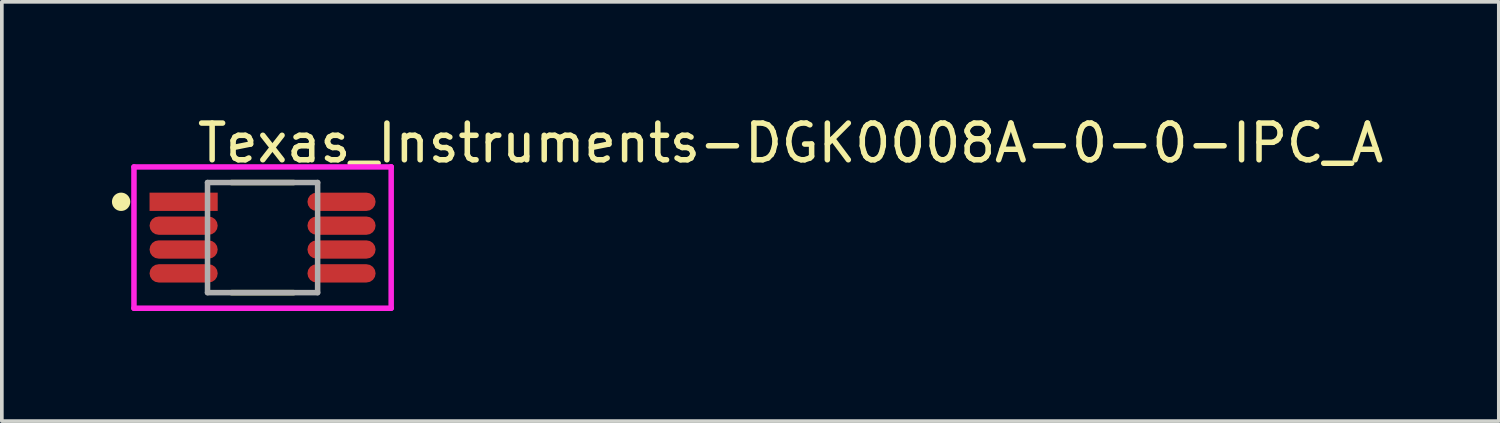
<source format=kicad_pcb>
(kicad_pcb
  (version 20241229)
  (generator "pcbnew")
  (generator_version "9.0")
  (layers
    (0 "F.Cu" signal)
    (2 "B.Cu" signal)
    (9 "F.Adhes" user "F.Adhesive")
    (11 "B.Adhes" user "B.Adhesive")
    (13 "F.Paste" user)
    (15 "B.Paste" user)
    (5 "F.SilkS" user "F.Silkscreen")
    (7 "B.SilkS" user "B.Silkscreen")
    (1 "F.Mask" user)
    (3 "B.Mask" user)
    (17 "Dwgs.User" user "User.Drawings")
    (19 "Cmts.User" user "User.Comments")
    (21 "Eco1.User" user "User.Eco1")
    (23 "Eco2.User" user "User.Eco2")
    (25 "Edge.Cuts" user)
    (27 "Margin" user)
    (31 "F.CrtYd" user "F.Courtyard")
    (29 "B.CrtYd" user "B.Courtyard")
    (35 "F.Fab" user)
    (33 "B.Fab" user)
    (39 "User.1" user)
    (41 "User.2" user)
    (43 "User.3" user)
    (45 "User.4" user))
  (footprint "Texas_Instruments-DGK0008A-0-0-IPC_A"
    (layer "F.Cu")
    (at 4.104 3.423)
    (property "Reference" "Texas_Instruments-DGK0008A-0-0-IPC_A" (at -1.854 -2.575 0) (layer "F.SilkS") (effects (font (size 1 1) (thickness 0.15)) (justify left)))
    (attr through_hole)
    (fp_line (start -0.848 -1.5) (end 0.848 -1.5) (stroke (width 0.15) (type solid)) (layer "F.SilkS"))
    (fp_line (start -0.848 1.5) (end 0.848 1.5) (stroke (width 0.15) (type solid)) (layer "F.SilkS"))
    (fp_circle (center -3.854 -0.975) (end -3.729 -0.975) (stroke (width 0.25) (type solid)) (fill no) (layer "F.SilkS"))
    (fp_line (start -3.504 -1.925) (end -3.504 1.925) (stroke (width 0.15) (type solid)) (layer "F.CrtYd"))
    (fp_line (start -3.504 1.925) (end 3.504 1.925) (stroke (width 0.15) (type solid)) (layer "F.CrtYd"))
    (fp_line (start 3.504 -1.925) (end -3.504 -1.925) (stroke (width 0.15) (type solid)) (layer "F.CrtYd"))
    (fp_line (start 3.504 -1.925) (end 3.504 -1.925) (stroke (width 0.15) (type solid)) (layer "F.CrtYd"))
    (fp_line (start 3.504 1.925) (end 3.504 -1.925) (stroke (width 0.15) (type solid)) (layer "F.CrtYd"))
    (fp_line (start -1.5 -1.5) (end 1.5 -1.5) (stroke (width 0.15) (type solid)) (layer "F.Fab"))
    (fp_line (start -1.5 1.5) (end -1.5 -1.5) (stroke (width 0.15) (type solid)) (layer "F.Fab"))
    (fp_line (start 1.5 -1.5) (end 1.5 1.5) (stroke (width 0.15) (type solid)) (layer "F.Fab"))
    (fp_line (start 1.5 1.5) (end -1.5 1.5) (stroke (width 0.15) (type solid)) (layer "F.Fab"))
    (pad "1" smd rect (at -2.151 -0.975) (size 1.857 0.498) (layers "F.Cu" "F.Mask" "F.Paste"))
    (pad "2" smd roundrect (at -2.151 -0.325) (size 1.857 0.498) (layers "F.Cu" "F.Mask" "F.Paste") (roundrect_rratio 0.5))
    (pad "3" smd roundrect (at -2.151 0.325) (size 1.857 0.498) (layers "F.Cu" "F.Mask" "F.Paste") (roundrect_rratio 0.5))
    (pad "4" smd roundrect (at -2.151 0.975) (size 1.857 0.498) (layers "F.Cu" "F.Mask" "F.Paste") (roundrect_rratio 0.5))
    (pad "5" smd roundrect (at 2.151 0.975) (size 1.857 0.498) (layers "F.Cu" "F.Mask" "F.Paste") (roundrect_rratio 0.5))
    (pad "6" smd roundrect (at 2.151 0.325) (size 1.857 0.498) (layers "F.Cu" "F.Mask" "F.Paste") (roundrect_rratio 0.5))
    (pad "7" smd roundrect (at 2.151 -0.325) (size 1.857 0.498) (layers "F.Cu" "F.Mask" "F.Paste") (roundrect_rratio 0.5))
    (pad "8" smd roundrect (at 2.151 -0.975) (size 1.857 0.498) (layers "F.Cu" "F.Mask" "F.Paste") (roundrect_rratio 0.5)))
  (gr_rect
    (start -3 -3)
    (end 37.786 8.423)
    (stroke (width 0.1) (type default))
    (fill no)
    (layer "Edge.Cuts")))
</source>
